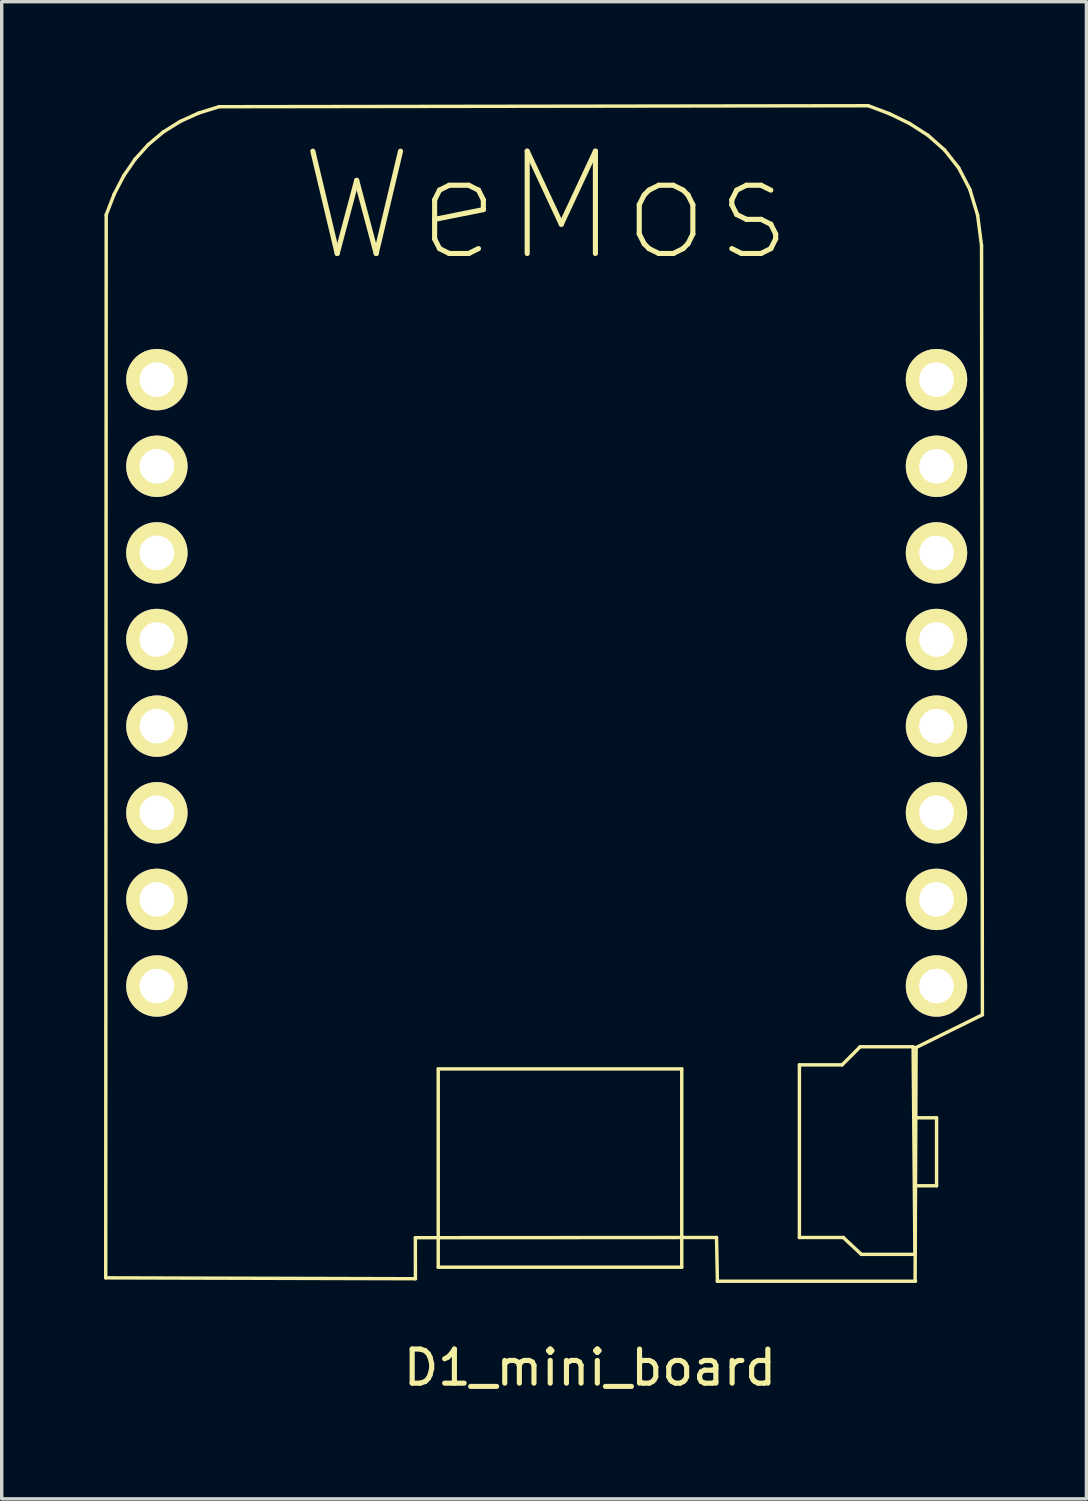
<source format=kicad_pcb>
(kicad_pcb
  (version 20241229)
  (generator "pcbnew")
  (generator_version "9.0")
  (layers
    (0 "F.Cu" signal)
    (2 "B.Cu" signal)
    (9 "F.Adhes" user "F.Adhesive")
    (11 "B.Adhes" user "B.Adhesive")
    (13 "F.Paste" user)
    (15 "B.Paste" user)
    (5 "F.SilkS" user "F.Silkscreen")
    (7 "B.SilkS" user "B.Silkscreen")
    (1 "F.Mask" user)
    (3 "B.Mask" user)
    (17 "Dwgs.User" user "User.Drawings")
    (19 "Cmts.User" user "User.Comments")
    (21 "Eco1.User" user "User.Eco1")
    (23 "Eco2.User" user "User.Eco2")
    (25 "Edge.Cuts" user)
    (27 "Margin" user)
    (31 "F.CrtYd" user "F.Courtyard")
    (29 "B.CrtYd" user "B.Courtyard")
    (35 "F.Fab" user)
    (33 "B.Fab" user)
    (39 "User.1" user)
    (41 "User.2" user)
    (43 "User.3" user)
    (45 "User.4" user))
  (footprint "D1_mini_board"
    (layer "F.Cu")
    (at 12.98 18.242)
    (property "Reference" "D1_mini_board" (at 1.27 18.81 0) (layer "F.SilkS") (effects (font (size 1 1) (thickness 0.15))))
    (attr through_hole)
    (fp_line (start -12.93 16.177) (end -12.916 -14.993) (stroke (width 0.1) (type solid)) (layer "F.SilkS"))
    (fp_line (start -12.916 -14.993) (end -12.683 -15.596) (stroke (width 0.1) (type solid)) (layer "F.SilkS"))
    (fp_line (start -12.683 -15.596) (end -12.4 -16.141) (stroke (width 0.1) (type solid)) (layer "F.SilkS"))
    (fp_line (start -12.4 -16.141) (end -12.065 -16.628) (stroke (width 0.1) (type solid)) (layer "F.SilkS"))
    (fp_line (start -12.065 -16.628) (end -11.679 -17.055) (stroke (width 0.1) (type solid)) (layer "F.SilkS"))
    (fp_line (start -11.679 -17.055) (end -11.241 -17.423) (stroke (width 0.1) (type solid)) (layer "F.SilkS"))
    (fp_line (start -11.241 -17.423) (end -10.749 -17.73) (stroke (width 0.1) (type solid)) (layer "F.SilkS"))
    (fp_line (start -10.749 -17.73) (end -10.205 -17.977) (stroke (width 0.1) (type solid)) (layer "F.SilkS"))
    (fp_line (start -10.205 -17.977) (end -9.607 -18.163) (stroke (width 0.1) (type solid)) (layer "F.SilkS"))
    (fp_line (start -9.607 -18.163) (end 9.43 -18.192) (stroke (width 0.1) (type solid)) (layer "F.SilkS"))
    (fp_line (start -3.851 15) (end -3.849 16.203) (stroke (width 0.1) (type solid)) (layer "F.SilkS"))
    (fp_line (start -3.849 16.203) (end -12.93 16.177) (stroke (width 0.1) (type solid)) (layer "F.SilkS"))
    (fp_line (start -3.18 10.051) (end 3.96 10.051) (stroke (width 0.1) (type solid)) (layer "F.SilkS"))
    (fp_line (start -3.18 15.865) (end -3.18 10.051) (stroke (width 0.1) (type solid)) (layer "F.SilkS"))
    (fp_line (start 3.96 10.051) (end 3.96 15.865) (stroke (width 0.1) (type solid)) (layer "F.SilkS"))
    (fp_line (start 3.96 15.865) (end -3.18 15.865) (stroke (width 0.1) (type solid)) (layer "F.SilkS"))
    (fp_line (start 4.98 14.994) (end -3.851 15) (stroke (width 0.1) (type solid)) (layer "F.SilkS"))
    (fp_line (start 5.006 16.277) (end 4.98 14.994) (stroke (width 0.1) (type solid)) (layer "F.SilkS"))
    (fp_line (start 7.41 9.932) (end 7.41 14.994) (stroke (width 0.1) (type solid)) (layer "F.SilkS"))
    (fp_line (start 7.41 14.994) (end 8.697 14.994) (stroke (width 0.1) (type solid)) (layer "F.SilkS"))
    (fp_line (start 8.662 9.932) (end 7.41 9.932) (stroke (width 0.1) (type solid)) (layer "F.SilkS"))
    (fp_line (start 8.697 14.994) (end 9.227 15.488) (stroke (width 0.1) (type solid)) (layer "F.SilkS"))
    (fp_line (start 9.191 9.402) (end 8.662 9.932) (stroke (width 0.1) (type solid)) (layer "F.SilkS"))
    (fp_line (start 9.227 15.488) (end 10.797 15.488) (stroke (width 0.1) (type solid)) (layer "F.SilkS"))
    (fp_line (start 9.43 -18.192) (end 10.05 -17.958) (stroke (width 0.1) (type solid)) (layer "F.SilkS"))
    (fp_line (start 10.05 -17.958) (end 10.638 -17.673) (stroke (width 0.1) (type solid)) (layer "F.SilkS"))
    (fp_line (start 10.638 -17.673) (end 11.181 -17.324) (stroke (width 0.1) (type solid)) (layer "F.SilkS"))
    (fp_line (start 10.744 9.402) (end 9.191 9.402) (stroke (width 0.1) (type solid)) (layer "F.SilkS"))
    (fp_line (start 10.779 11.484) (end 11.432 11.484) (stroke (width 0.1) (type solid)) (layer "F.SilkS"))
    (fp_line (start 10.797 15.488) (end 10.744 9.402) (stroke (width 0.1) (type solid)) (layer "F.SilkS"))
    (fp_line (start 10.817 16.277) (end 5.006 16.277) (stroke (width 0.1) (type solid)) (layer "F.SilkS"))
    (fp_line (start 10.832 9.424) (end 10.803 16.233) (stroke (width 0.1) (type solid)) (layer "F.SilkS"))
    (fp_line (start 11.181 -17.324) (end 11.667 -16.895) (stroke (width 0.1) (type solid)) (layer "F.SilkS"))
    (fp_line (start 11.432 11.484) (end 11.432 13.477) (stroke (width 0.1) (type solid)) (layer "F.SilkS"))
    (fp_line (start 11.432 13.477) (end 10.814 13.477) (stroke (width 0.1) (type solid)) (layer "F.SilkS"))
    (fp_line (start 11.667 -16.895) (end 12.08 -16.371) (stroke (width 0.1) (type solid)) (layer "F.SilkS"))
    (fp_line (start 12.08 -16.371) (end 12.407 -15.74) (stroke (width 0.1) (type solid)) (layer "F.SilkS"))
    (fp_line (start 12.407 -15.74) (end 12.635 -14.985) (stroke (width 0.1) (type solid)) (layer "F.SilkS"))
    (fp_line (start 12.635 -14.985) (end 12.751 -14.092) (stroke (width 0.1) (type solid)) (layer "F.SilkS"))
    (fp_line (start 12.751 -14.092) (end 12.776 8.463) (stroke (width 0.1) (type solid)) (layer "F.SilkS"))
    (fp_line (start 12.776 8.463) (end 10.832 9.424) (stroke (width 0.1) (type solid)) (layer "F.SilkS"))
    (fp_text user "WeMos" (at 0 -15.24 0) (layer "F.SilkS") (effects (font (size 3 3) (thickness 0.15))))
    (pad "1" thru_hole circle (at -11.43 7.62) (size 1.8 1.8) (drill 1.016) (layers "*.Cu" "*.Mask" "F.SilkS"))
    (pad "2" thru_hole circle (at -11.43 5.08) (size 1.8 1.8) (drill 1.016) (layers "*.Cu" "*.Mask" "F.SilkS"))
    (pad "3" thru_hole circle (at -11.43 2.54) (size 1.8 1.8) (drill 1.016) (layers "*.Cu" "*.Mask" "F.SilkS"))
    (pad "4" thru_hole circle (at -11.43 0) (size 1.8 1.8) (drill 1.016) (layers "*.Cu" "*.Mask" "F.SilkS"))
    (pad "5" thru_hole circle (at -11.43 -2.54) (size 1.8 1.8) (drill 1.016) (layers "*.Cu" "*.Mask" "F.SilkS"))
    (pad "6" thru_hole circle (at -11.43 -5.08) (size 1.8 1.8) (drill 1.016) (layers "*.Cu" "*.Mask" "F.SilkS"))
    (pad "7" thru_hole circle (at -11.43 -7.62) (size 1.8 1.8) (drill 1.016) (layers "*.Cu" "*.Mask" "F.SilkS"))
    (pad "8" thru_hole circle (at -11.43 -10.16) (size 1.8 1.8) (drill 1.016) (layers "*.Cu" "*.Mask" "F.SilkS"))
    (pad "9" thru_hole circle (at 11.43 -10.16) (size 1.8 1.8) (drill 1.016) (layers "*.Cu" "*.Mask" "F.SilkS"))
    (pad "10" thru_hole circle (at 11.43 -7.62) (size 1.8 1.8) (drill 1.016) (layers "*.Cu" "*.Mask" "F.SilkS"))
    (pad "11" thru_hole circle (at 11.43 -5.08) (size 1.8 1.8) (drill 1.016) (layers "*.Cu" "*.Mask" "F.SilkS"))
    (pad "12" thru_hole circle (at 11.43 -2.54) (size 1.8 1.8) (drill 1.016) (layers "*.Cu" "*.Mask" "F.SilkS"))
    (pad "13" thru_hole circle (at 11.43 0) (size 1.8 1.8) (drill 1.016) (layers "*.Cu" "*.Mask" "F.SilkS"))
    (pad "14" thru_hole circle (at 11.43 2.54) (size 1.8 1.8) (drill 1.016) (layers "*.Cu" "*.Mask" "F.SilkS"))
    (pad "15" thru_hole circle (at 11.43 5.08) (size 1.8 1.8) (drill 1.016) (layers "*.Cu" "*.Mask" "F.SilkS"))
    (pad "16" thru_hole circle (at 11.43 7.62) (size 1.8 1.8) (drill 1.016) (layers "*.Cu" "*.Mask" "F.SilkS")))
  (gr_rect
    (start -3 -3)
    (end 28.806 40.9)
    (stroke (width 0.1) (type default))
    (fill no)
    (layer "Edge.Cuts")))
</source>
